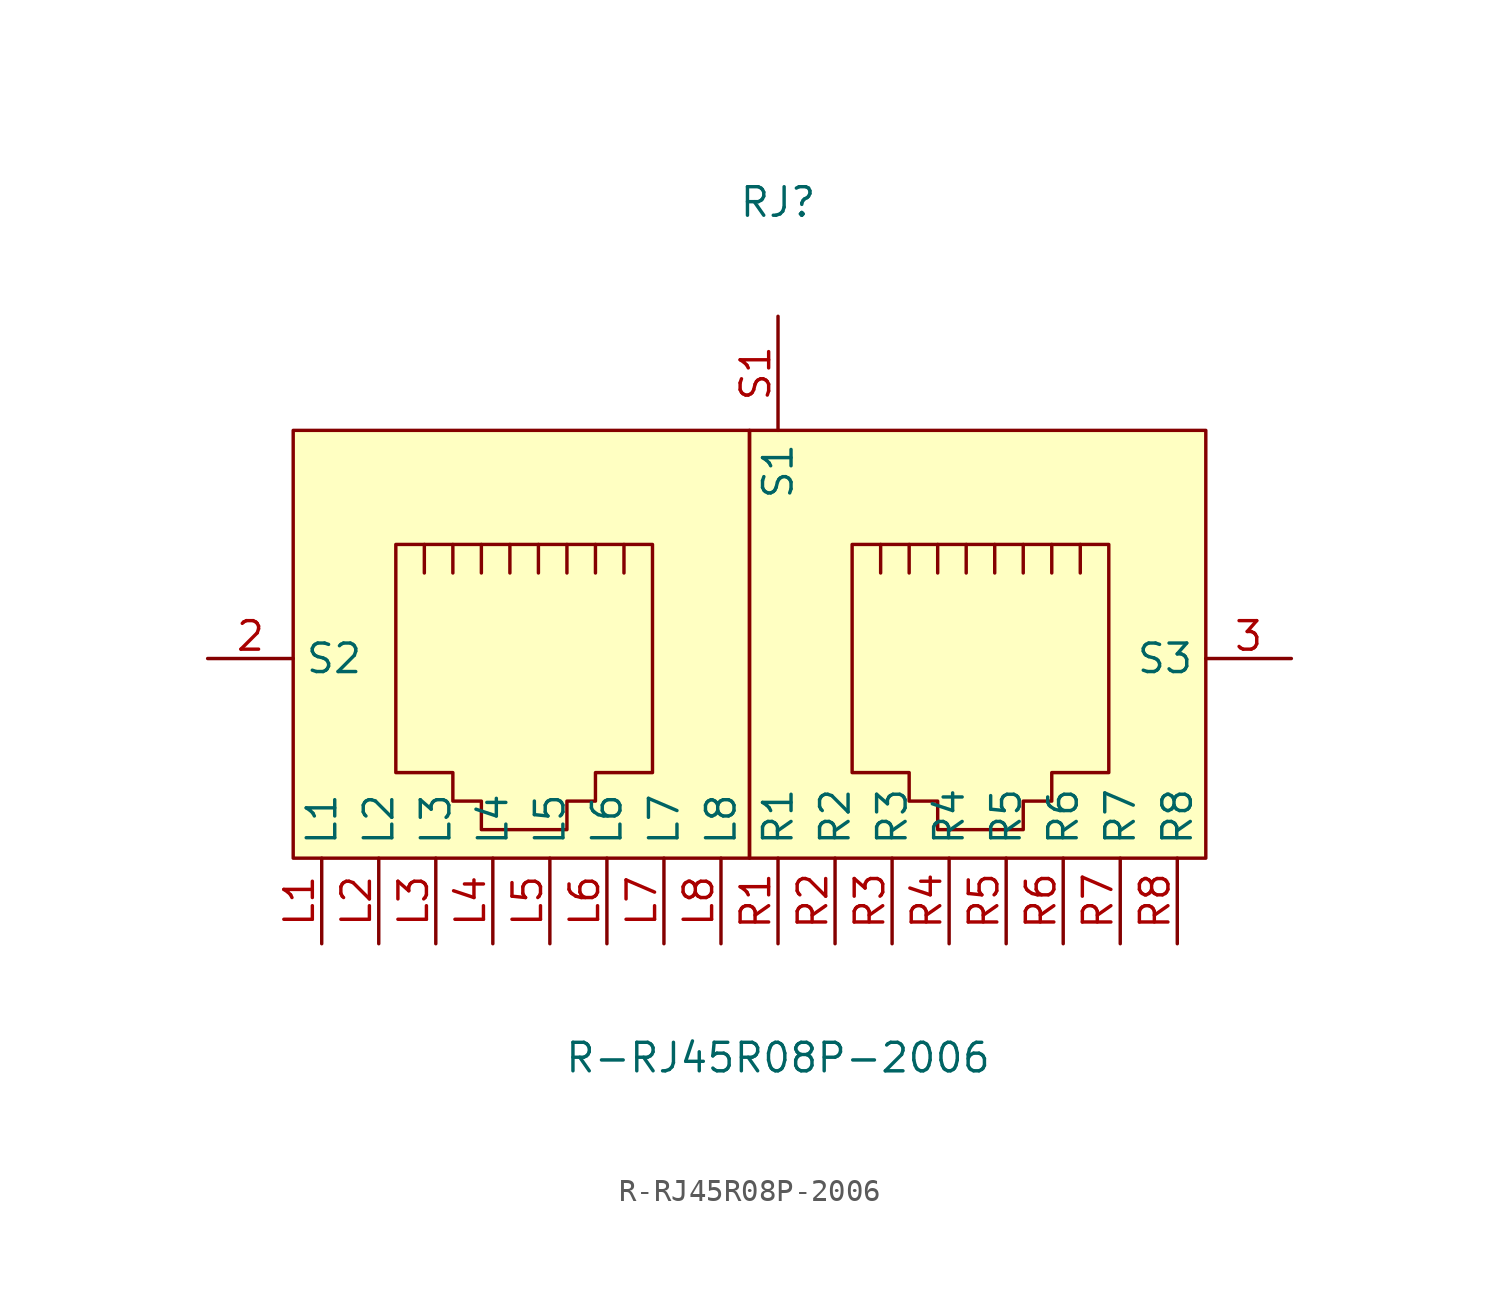
<source format=kicad_sym>
(kicad_symbol_lib
  (version 20211014)
  (generator https://github.com/uPesy/easyeda2kicad.py)
  (symbol "R-RJ45R08P-2006"
    (property "Reference" "RJ"
      (at 0 20.32 0)
      (effects (font (size 1.27 1.27))))
    (property "Value" "R-RJ45R08P-2006"
      (at 0 -17.78 0)
      (effects (font (size 1.27 1.27))))
    (symbol "R-RJ45R08P-2006_0_1"
      (rectangle (start -1.27 10.16) (end 19.05 -8.89) (stroke (width 0) (type default) (color 0 0 0 0)) (fill (type background)))
      (rectangle (start -21.59 10.16) (end -1.27 -8.89) (stroke (width 0) (type default) (color 0 0 0 0)) (fill (type background)))
      (polyline (pts (xy 4.57 3.81) (xy 4.57 5.08) (xy 4.57 5.08)) (stroke (width 0) (type default) (color 0 0 0 0)) (fill (type none)))
      (polyline (pts (xy 5.84 5.08) (xy 5.84 3.81) (xy 5.84 3.81)) (stroke (width 0) (type default) (color 0 0 0 0)) (fill (type none)))
      (polyline (pts (xy 7.11 5.08) (xy 7.11 3.81) (xy 7.11 3.81)) (stroke (width 0) (type default) (color 0 0 0 0)) (fill (type none)))
      (polyline (pts (xy 8.38 5.08) (xy 8.38 3.81) (xy 8.38 3.81)) (stroke (width 0) (type default) (color 0 0 0 0)) (fill (type none)))
      (polyline (pts (xy 9.65 5.08) (xy 9.65 3.81) (xy 9.65 3.81)) (stroke (width 0) (type default) (color 0 0 0 0)) (fill (type none)))
      (polyline (pts (xy 10.92 5.08) (xy 10.92 3.81) (xy 10.92 3.81)) (stroke (width 0) (type default) (color 0 0 0 0)) (fill (type none)))
      (polyline (pts (xy 12.19 3.81) (xy 12.19 5.08) (xy 12.19 5.08)) (stroke (width 0) (type default) (color 0 0 0 0)) (fill (type none)))
      (polyline (pts (xy 13.46 3.81) (xy 13.46 5.08) (xy 13.46 5.08)) (stroke (width 0) (type default) (color 0 0 0 0)) (fill (type none)))
      (polyline (pts (xy 3.30 5.08) (xy 14.73 5.08) (xy 14.73 -5.08) (xy 12.19 -5.08) (xy 12.19 -6.35) (xy 10.92 -6.35) (xy 10.92 -7.62) (xy 7.11 -7.62) (xy 7.11 -6.35) (xy 5.84 -6.35) (xy 5.84 -5.08) (xy 3.30 -5.08) (xy 3.30 5.08) (xy 3.30 5.08)) (stroke (width 0) (type default) (color 0 0 0 0)) (fill (type background)))
      (polyline (pts (xy -15.75 3.81) (xy -15.75 5.08) (xy -15.75 5.08)) (stroke (width 0) (type default) (color 0 0 0 0)) (fill (type none)))
      (polyline (pts (xy -14.48 5.08) (xy -14.48 3.81) (xy -14.48 3.81)) (stroke (width 0) (type default) (color 0 0 0 0)) (fill (type none)))
      (polyline (pts (xy -13.21 5.08) (xy -13.21 3.81) (xy -13.21 3.81)) (stroke (width 0) (type default) (color 0 0 0 0)) (fill (type none)))
      (polyline (pts (xy -11.94 5.08) (xy -11.94 3.81) (xy -11.94 3.81)) (stroke (width 0) (type default) (color 0 0 0 0)) (fill (type none)))
      (polyline (pts (xy -10.67 5.08) (xy -10.67 3.81) (xy -10.67 3.81)) (stroke (width 0) (type default) (color 0 0 0 0)) (fill (type none)))
      (polyline (pts (xy -9.40 5.08) (xy -9.40 3.81) (xy -9.40 3.81)) (stroke (width 0) (type default) (color 0 0 0 0)) (fill (type none)))
      (polyline (pts (xy -8.13 3.81) (xy -8.13 5.08) (xy -8.13 5.08)) (stroke (width 0) (type default) (color 0 0 0 0)) (fill (type none)))
      (polyline (pts (xy -6.86 3.81) (xy -6.86 5.08) (xy -6.86 5.08)) (stroke (width 0) (type default) (color 0 0 0 0)) (fill (type none)))
      (polyline (pts (xy -17.02 5.08) (xy -5.59 5.08) (xy -5.59 -5.08) (xy -8.13 -5.08) (xy -8.13 -6.35) (xy -9.40 -6.35) (xy -9.40 -7.62) (xy -13.21 -7.62) (xy -13.21 -6.35) (xy -14.48 -6.35) (xy -14.48 -5.08) (xy -17.02 -5.08) (xy -17.02 5.08) (xy -17.02 5.08)) (stroke (width 0) (type default) (color 0 0 0 0)) (fill (type background)))
      (pin unspecified line (at 0.00 -12.70 90) (length 3.81) (name "R1" (effects (font (size 1.27 1.27)))) (number "R1" (effects (font (size 1.27 1.27)))))
      (pin unspecified line (at 2.54 -12.70 90) (length 3.81) (name "R2" (effects (font (size 1.27 1.27)))) (number "R2" (effects (font (size 1.27 1.27)))))
      (pin unspecified line (at 5.08 -12.70 90) (length 3.81) (name "R3" (effects (font (size 1.27 1.27)))) (number "R3" (effects (font (size 1.27 1.27)))))
      (pin unspecified line (at 7.62 -12.70 90) (length 3.81) (name "R4" (effects (font (size 1.27 1.27)))) (number "R4" (effects (font (size 1.27 1.27)))))
      (pin unspecified line (at 10.16 -12.70 90) (length 3.81) (name "R5" (effects (font (size 1.27 1.27)))) (number "R5" (effects (font (size 1.27 1.27)))))
      (pin unspecified line (at 12.70 -12.70 90) (length 3.81) (name "R6" (effects (font (size 1.27 1.27)))) (number "R6" (effects (font (size 1.27 1.27)))))
      (pin unspecified line (at 15.24 -12.70 90) (length 3.81) (name "R7" (effects (font (size 1.27 1.27)))) (number "R7" (effects (font (size 1.27 1.27)))))
      (pin unspecified line (at 17.78 -12.70 90) (length 3.81) (name "R8" (effects (font (size 1.27 1.27)))) (number "R8" (effects (font (size 1.27 1.27)))))
      (pin unspecified line (at -25.40 -0.00 0) (length 3.81) (name "S2" (effects (font (size 1.27 1.27)))) (number "2" (effects (font (size 1.27 1.27)))))
      (pin unspecified line (at 22.86 -0.00 180) (length 3.81) (name "S3" (effects (font (size 1.27 1.27)))) (number "3" (effects (font (size 1.27 1.27)))))
      (pin unspecified line (at -20.32 -12.70 90) (length 3.81) (name "L1" (effects (font (size 1.27 1.27)))) (number "L1" (effects (font (size 1.27 1.27)))))
      (pin unspecified line (at -17.78 -12.70 90) (length 3.81) (name "L2" (effects (font (size 1.27 1.27)))) (number "L2" (effects (font (size 1.27 1.27)))))
      (pin unspecified line (at -15.24 -12.70 90) (length 3.81) (name "L3" (effects (font (size 1.27 1.27)))) (number "L3" (effects (font (size 1.27 1.27)))))
      (pin unspecified line (at -12.70 -12.70 90) (length 3.81) (name "L4" (effects (font (size 1.27 1.27)))) (number "L4" (effects (font (size 1.27 1.27)))))
      (pin unspecified line (at -10.16 -12.70 90) (length 3.81) (name "L5" (effects (font (size 1.27 1.27)))) (number "L5" (effects (font (size 1.27 1.27)))))
      (pin unspecified line (at -7.62 -12.70 90) (length 3.81) (name "L6" (effects (font (size 1.27 1.27)))) (number "L6" (effects (font (size 1.27 1.27)))))
      (pin unspecified line (at -5.08 -12.70 90) (length 3.81) (name "L7" (effects (font (size 1.27 1.27)))) (number "L7" (effects (font (size 1.27 1.27)))))
      (pin unspecified line (at -2.54 -12.70 90) (length 3.81) (name "L8" (effects (font (size 1.27 1.27)))) (number "L8" (effects (font (size 1.27 1.27)))))
      (pin unspecified line (at 0.00 15.24 270) (length 5.08) (name "S1" (effects (font (size 1.27 1.27)))) (number "S1" (effects (font (size 1.27 1.27))))))))
</source>
